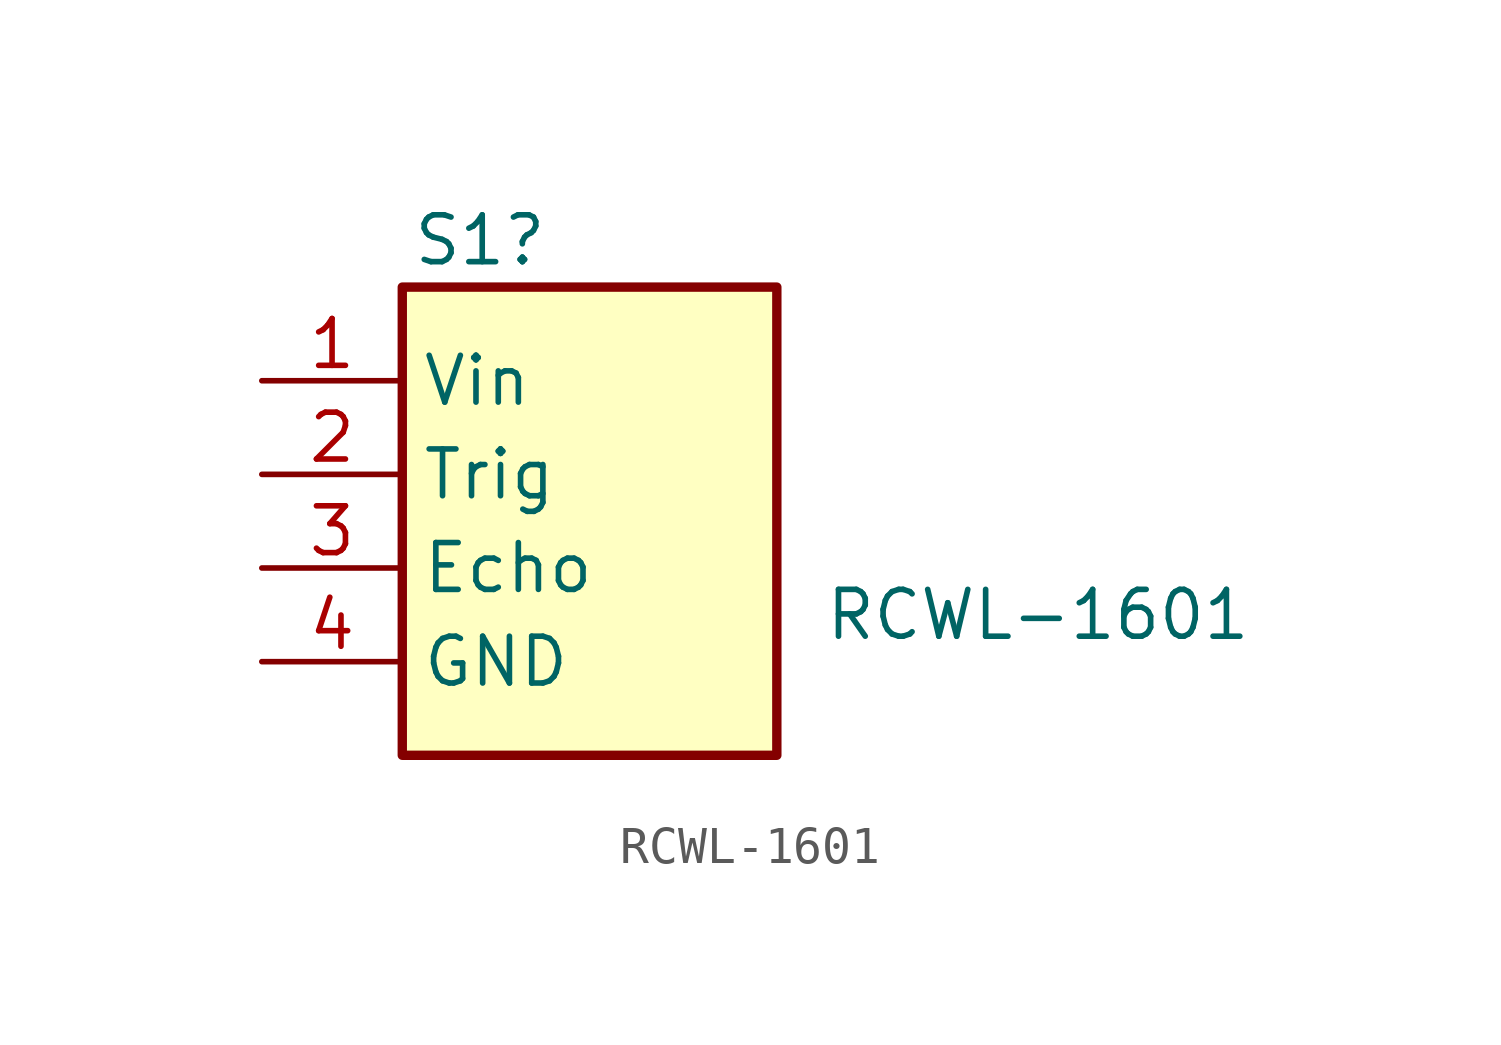
<source format=kicad_sym>
(kicad_symbol_lib
  (version 20231120)
  (generator "kicad_symbol_editor")
  (generator_version "8.0")
  (symbol "RCWL-1601"
    (property "Reference" "S1"
      (at 0.254 8.89 0)
      (effects (font (size 1.27 1.27)) (justify left)))
    (property "Value" "RCWL-1601"
      (at 11.43 -1.27 0)
      (effects (font (size 1.27 1.27)) (justify left)))
    (symbol "RCWL-1601_0_1"
      (rectangle (start 0 7.62) (end 10.16 -5.08) (stroke (width 0.254) (type default)) (fill (type background))))
    (symbol "RCWL-1601_1_1"
      (pin input line (at -3.81 5.08 0) (length 3.81) (name "Vin" (effects (font (size 1.27 1.27)))) (number "1" (effects (font (size 1.27 1.27)))))
      (pin input line (at -3.81 2.54 0) (length 3.81) (name "Trig" (effects (font (size 1.27 1.27)))) (number "2" (effects (font (size 1.27 1.27)))))
      (pin output line (at -3.81 0 0) (length 3.81) (name "Echo" (effects (font (size 1.27 1.27)))) (number "3" (effects (font (size 1.27 1.27)))))
      (pin input line (at -3.81 -2.54 0) (length 3.81) (name "GND" (effects (font (size 1.27 1.27)))) (number "4" (effects (font (size 1.27 1.27))))))))
</source>
